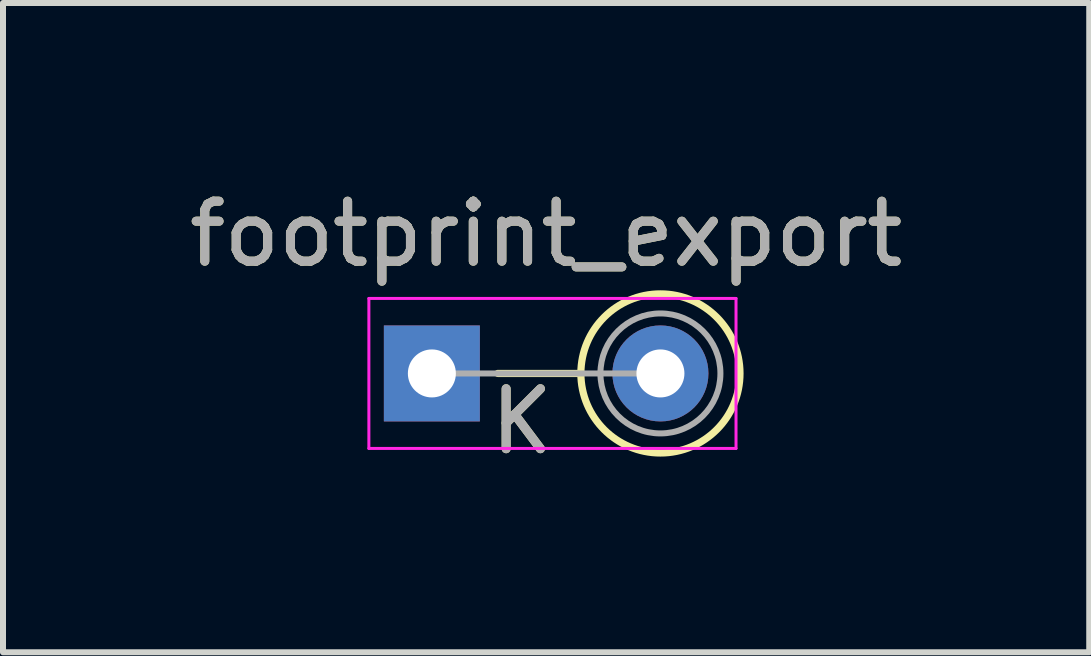
<source format=kicad_pcb>
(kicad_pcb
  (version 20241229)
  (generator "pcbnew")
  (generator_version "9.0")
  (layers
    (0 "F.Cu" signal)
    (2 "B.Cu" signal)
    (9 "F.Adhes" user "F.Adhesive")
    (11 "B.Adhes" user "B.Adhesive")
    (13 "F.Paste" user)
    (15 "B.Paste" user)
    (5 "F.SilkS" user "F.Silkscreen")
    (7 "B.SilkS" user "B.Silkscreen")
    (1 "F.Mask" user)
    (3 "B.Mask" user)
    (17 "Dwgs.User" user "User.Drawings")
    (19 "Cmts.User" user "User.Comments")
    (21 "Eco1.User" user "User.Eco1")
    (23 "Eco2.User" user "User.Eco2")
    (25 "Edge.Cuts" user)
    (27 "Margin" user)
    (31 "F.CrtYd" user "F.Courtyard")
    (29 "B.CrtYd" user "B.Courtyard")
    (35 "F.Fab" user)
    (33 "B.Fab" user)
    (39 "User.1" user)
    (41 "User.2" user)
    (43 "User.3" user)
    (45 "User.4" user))
  (footprint "footprint_export"
    (layer "F.Cu")
    (at 4.149 3.175)
    (property "Reference" "footprint_export" (at 1.905 -2.326 0) (layer "F.SilkS") (effects (font (size 1 1) (thickness 0.15))))
    (attr through_hole)
    (fp_line (start 2.484 0) (end 1.1 0) (stroke (width 0.12) (type solid)) (layer "F.SilkS"))
    (fp_circle (center 3.81 0) (end 5.136 0) (stroke (width 0.12) (type solid)) (fill no) (layer "F.SilkS"))
    (fp_line (start -1.05 -1.25) (end -1.05 1.25) (stroke (width 0.05) (type solid)) (layer "F.CrtYd"))
    (fp_line (start -1.05 1.25) (end 5.07 1.25) (stroke (width 0.05) (type solid)) (layer "F.CrtYd"))
    (fp_line (start 5.07 -1.25) (end -1.05 -1.25) (stroke (width 0.05) (type solid)) (layer "F.CrtYd"))
    (fp_line (start 5.07 1.25) (end 5.07 -1.25) (stroke (width 0.05) (type solid)) (layer "F.CrtYd"))
    (fp_line (start 0 0) (end 3.81 0) (stroke (width 0.1) (type solid)) (layer "F.Fab"))
    (fp_circle (center 3.81 0) (end 4.81 0) (stroke (width 0.1) (type solid)) (fill no) (layer "F.Fab"))
    (fp_text user "K" (at 1.5 0.8 0) (layer "F.SilkS") (effects (font (size 1 1) (thickness 0.15))))
    (fp_text user "K" (at 1.5 0.8 0) (layer "F.Fab") (effects (font (size 1 1) (thickness 0.15))))
    (fp_text user "${REFERENCE}" (at 1.905 -2.326 0) (layer "F.Fab") (effects (font (size 1 1) (thickness 0.15))))
    (pad "1" thru_hole rect (at 0 0) (size 1.6 1.6) (drill 0.8) (layers "*.Cu" "*.Mask"))
    (pad "2" thru_hole oval (at 3.81 0) (size 1.6 1.6) (drill 0.8) (layers "*.Cu" "*.Mask")))
  (gr_rect
    (start -3 -3)
    (end 15.107 7.823)
    (stroke (width 0.1) (type default))
    (fill no)
    (layer "Edge.Cuts")))
</source>
